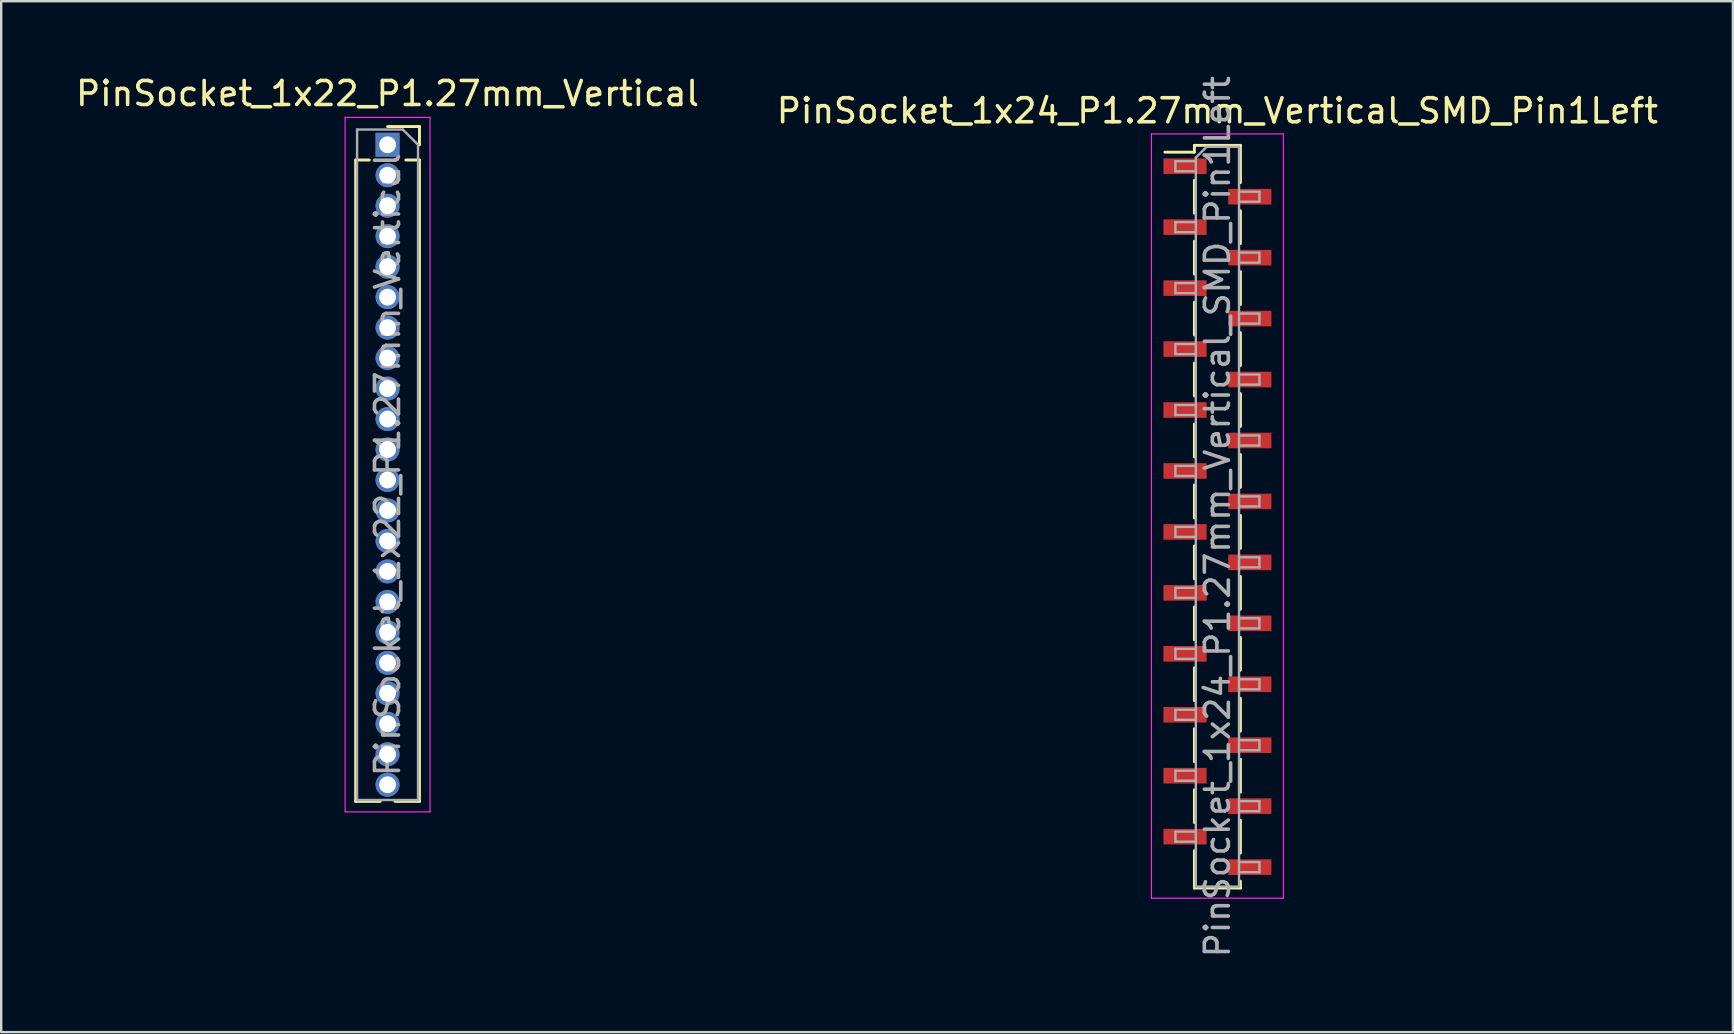
<source format=kicad_pcb>
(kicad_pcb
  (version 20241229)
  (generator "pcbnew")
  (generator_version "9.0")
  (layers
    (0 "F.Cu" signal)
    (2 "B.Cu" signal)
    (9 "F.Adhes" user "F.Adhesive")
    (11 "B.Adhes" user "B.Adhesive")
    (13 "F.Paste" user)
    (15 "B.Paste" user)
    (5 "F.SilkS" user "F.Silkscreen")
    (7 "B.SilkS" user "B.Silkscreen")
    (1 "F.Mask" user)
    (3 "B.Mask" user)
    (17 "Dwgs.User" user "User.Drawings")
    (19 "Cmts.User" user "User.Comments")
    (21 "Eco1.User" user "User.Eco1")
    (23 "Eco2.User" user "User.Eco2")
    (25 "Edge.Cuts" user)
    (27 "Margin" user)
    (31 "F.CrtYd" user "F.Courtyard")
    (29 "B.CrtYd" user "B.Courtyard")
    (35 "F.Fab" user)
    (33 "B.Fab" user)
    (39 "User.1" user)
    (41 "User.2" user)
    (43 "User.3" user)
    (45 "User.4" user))
  (footprint "PinSocket_1x22_P1.27mm_Vertical"
    (layer "F.Cu")
    (at 13.101 2.983)
    (property "Reference" "PinSocket_1x22_P1.27mm_Vertical" (at 0 -2.135 0) (layer "F.SilkS") (effects (font (size 1 1) (thickness 0.15))))
    (attr through_hole)
    (fp_line (start -1.33 0.635) (end -1.33 27.365) (stroke (width 0.12) (type solid)) (layer "F.SilkS"))
    (fp_line (start -1.33 0.635) (end -0.76 0.635) (stroke (width 0.12) (type solid)) (layer "F.SilkS"))
    (fp_line (start -1.33 27.365) (end -0.308 27.365) (stroke (width 0.12) (type solid)) (layer "F.SilkS"))
    (fp_line (start 0 -0.76) (end 1.33 -0.76) (stroke (width 0.12) (type solid)) (layer "F.SilkS"))
    (fp_line (start 0.308 27.365) (end 1.33 27.365) (stroke (width 0.12) (type solid)) (layer "F.SilkS"))
    (fp_line (start 0.76 0.635) (end 1.33 0.635) (stroke (width 0.12) (type solid)) (layer "F.SilkS"))
    (fp_line (start 1.33 -0.76) (end 1.33 0) (stroke (width 0.12) (type solid)) (layer "F.SilkS"))
    (fp_line (start 1.33 0.635) (end 1.33 27.365) (stroke (width 0.12) (type solid)) (layer "F.SilkS"))
    (fp_line (start -1.77 -1.14) (end 1.77 -1.14) (stroke (width 0.05) (type solid)) (layer "F.CrtYd"))
    (fp_line (start -1.77 27.8) (end -1.77 -1.14) (stroke (width 0.05) (type solid)) (layer "F.CrtYd"))
    (fp_line (start 1.77 -1.14) (end 1.77 27.8) (stroke (width 0.05) (type solid)) (layer "F.CrtYd"))
    (fp_line (start 1.77 27.8) (end -1.77 27.8) (stroke (width 0.05) (type solid)) (layer "F.CrtYd"))
    (fp_line (start -1.27 -0.635) (end 0.635 -0.635) (stroke (width 0.1) (type solid)) (layer "F.Fab"))
    (fp_line (start -1.27 27.305) (end -1.27 -0.635) (stroke (width 0.1) (type solid)) (layer "F.Fab"))
    (fp_line (start 0.635 -0.635) (end 1.27 0) (stroke (width 0.1) (type solid)) (layer "F.Fab"))
    (fp_line (start 1.27 0) (end 1.27 27.305) (stroke (width 0.1) (type solid)) (layer "F.Fab"))
    (fp_line (start 1.27 27.305) (end -1.27 27.305) (stroke (width 0.1) (type solid)) (layer "F.Fab"))
    (fp_text user "${REFERENCE}" (at 0 13.335 90) (layer "F.Fab") (effects (font (size 1 1) (thickness 0.15))))
    (pad "1" thru_hole rect (at 0 0) (size 1 1) (drill 0.7) (layers "*.Cu" "*.Mask"))
    (pad "2" thru_hole circle (at 0 1.27) (size 1 1) (drill 0.7) (layers "*.Cu" "*.Mask"))
    (pad "3" thru_hole circle (at 0 2.54) (size 1 1) (drill 0.7) (layers "*.Cu" "*.Mask"))
    (pad "4" thru_hole circle (at 0 3.81) (size 1 1) (drill 0.7) (layers "*.Cu" "*.Mask"))
    (pad "5" thru_hole circle (at 0 5.08) (size 1 1) (drill 0.7) (layers "*.Cu" "*.Mask"))
    (pad "6" thru_hole circle (at 0 6.35) (size 1 1) (drill 0.7) (layers "*.Cu" "*.Mask"))
    (pad "7" thru_hole circle (at 0 7.62) (size 1 1) (drill 0.7) (layers "*.Cu" "*.Mask"))
    (pad "8" thru_hole circle (at 0 8.89) (size 1 1) (drill 0.7) (layers "*.Cu" "*.Mask"))
    (pad "9" thru_hole circle (at 0 10.16) (size 1 1) (drill 0.7) (layers "*.Cu" "*.Mask"))
    (pad "10" thru_hole circle (at 0 11.43) (size 1 1) (drill 0.7) (layers "*.Cu" "*.Mask"))
    (pad "11" thru_hole circle (at 0 12.7) (size 1 1) (drill 0.7) (layers "*.Cu" "*.Mask"))
    (pad "12" thru_hole circle (at 0 13.97) (size 1 1) (drill 0.7) (layers "*.Cu" "*.Mask"))
    (pad "13" thru_hole circle (at 0 15.24) (size 1 1) (drill 0.7) (layers "*.Cu" "*.Mask"))
    (pad "14" thru_hole circle (at 0 16.51) (size 1 1) (drill 0.7) (layers "*.Cu" "*.Mask"))
    (pad "15" thru_hole circle (at 0 17.78) (size 1 1) (drill 0.7) (layers "*.Cu" "*.Mask"))
    (pad "16" thru_hole circle (at 0 19.05) (size 1 1) (drill 0.7) (layers "*.Cu" "*.Mask"))
    (pad "17" thru_hole circle (at 0 20.32) (size 1 1) (drill 0.7) (layers "*.Cu" "*.Mask"))
    (pad "18" thru_hole circle (at 0 21.59) (size 1 1) (drill 0.7) (layers "*.Cu" "*.Mask"))
    (pad "19" thru_hole circle (at 0 22.86) (size 1 1) (drill 0.7) (layers "*.Cu" "*.Mask"))
    (pad "20" thru_hole circle (at 0 24.13) (size 1 1) (drill 0.7) (layers "*.Cu" "*.Mask"))
    (pad "21" thru_hole circle (at 0 25.4) (size 1 1) (drill 0.7) (layers "*.Cu" "*.Mask"))
    (pad "22" thru_hole circle (at 0 26.67) (size 1 1) (drill 0.7) (layers "*.Cu" "*.Mask")))
  (footprint "PinSocket_1x24_P1.27mm_Vertical_SMD_Pin1Left"
    (layer "F.Cu")
    (at 47.685 18.482)
    (property "Reference" "PinSocket_1x24_P1.27mm_Vertical_SMD_Pin1Left" (at 0 -16.915 0) (layer "F.SilkS") (effects (font (size 1 1) (thickness 0.15))))
    (attr smd)
    (fp_line (start -2.19 -15.19) (end -0.96 -15.19) (stroke (width 0.12) (type solid)) (layer "F.SilkS"))
    (fp_line (start -0.96 -15.475) (end -0.96 -15.19) (stroke (width 0.12) (type solid)) (layer "F.SilkS"))
    (fp_line (start -0.96 -15.475) (end 0.96 -15.475) (stroke (width 0.12) (type solid)) (layer "F.SilkS"))
    (fp_line (start -0.96 -14.02) (end -0.96 -12.65) (stroke (width 0.12) (type solid)) (layer "F.SilkS"))
    (fp_line (start -0.96 -11.48) (end -0.96 -10.11) (stroke (width 0.12) (type solid)) (layer "F.SilkS"))
    (fp_line (start -0.96 -8.94) (end -0.96 -7.57) (stroke (width 0.12) (type solid)) (layer "F.SilkS"))
    (fp_line (start -0.96 -6.4) (end -0.96 -5.03) (stroke (width 0.12) (type solid)) (layer "F.SilkS"))
    (fp_line (start -0.96 -3.86) (end -0.96 -2.49) (stroke (width 0.12) (type solid)) (layer "F.SilkS"))
    (fp_line (start -0.96 -1.32) (end -0.96 0.05) (stroke (width 0.12) (type solid)) (layer "F.SilkS"))
    (fp_line (start -0.96 1.22) (end -0.96 2.59) (stroke (width 0.12) (type solid)) (layer "F.SilkS"))
    (fp_line (start -0.96 3.76) (end -0.96 5.13) (stroke (width 0.12) (type solid)) (layer "F.SilkS"))
    (fp_line (start -0.96 6.3) (end -0.96 7.67) (stroke (width 0.12) (type solid)) (layer "F.SilkS"))
    (fp_line (start -0.96 8.84) (end -0.96 10.21) (stroke (width 0.12) (type solid)) (layer "F.SilkS"))
    (fp_line (start -0.96 11.38) (end -0.96 12.75) (stroke (width 0.12) (type solid)) (layer "F.SilkS"))
    (fp_line (start -0.96 13.92) (end -0.96 15.475) (stroke (width 0.12) (type solid)) (layer "F.SilkS"))
    (fp_line (start -0.96 15.475) (end 0.96 15.475) (stroke (width 0.12) (type solid)) (layer "F.SilkS"))
    (fp_line (start 0.96 -15.475) (end 0.96 -13.92) (stroke (width 0.12) (type solid)) (layer "F.SilkS"))
    (fp_line (start 0.96 -12.75) (end 0.96 -11.38) (stroke (width 0.12) (type solid)) (layer "F.SilkS"))
    (fp_line (start 0.96 -10.21) (end 0.96 -8.84) (stroke (width 0.12) (type solid)) (layer "F.SilkS"))
    (fp_line (start 0.96 -7.67) (end 0.96 -6.3) (stroke (width 0.12) (type solid)) (layer "F.SilkS"))
    (fp_line (start 0.96 -5.13) (end 0.96 -3.76) (stroke (width 0.12) (type solid)) (layer "F.SilkS"))
    (fp_line (start 0.96 -2.59) (end 0.96 -1.22) (stroke (width 0.12) (type solid)) (layer "F.SilkS"))
    (fp_line (start 0.96 -0.05) (end 0.96 1.32) (stroke (width 0.12) (type solid)) (layer "F.SilkS"))
    (fp_line (start 0.96 2.49) (end 0.96 3.86) (stroke (width 0.12) (type solid)) (layer "F.SilkS"))
    (fp_line (start 0.96 5.03) (end 0.96 6.4) (stroke (width 0.12) (type solid)) (layer "F.SilkS"))
    (fp_line (start 0.96 7.57) (end 0.96 8.94) (stroke (width 0.12) (type solid)) (layer "F.SilkS"))
    (fp_line (start 0.96 10.11) (end 0.96 11.48) (stroke (width 0.12) (type solid)) (layer "F.SilkS"))
    (fp_line (start 0.96 12.65) (end 0.96 14.02) (stroke (width 0.12) (type solid)) (layer "F.SilkS"))
    (fp_line (start 0.96 15.19) (end 0.96 15.475) (stroke (width 0.12) (type solid)) (layer "F.SilkS"))
    (fp_line (start -2.75 -15.95) (end 2.75 -15.95) (stroke (width 0.05) (type solid)) (layer "F.CrtYd"))
    (fp_line (start -2.75 15.9) (end -2.75 -15.95) (stroke (width 0.05) (type solid)) (layer "F.CrtYd"))
    (fp_line (start 2.75 -15.95) (end 2.75 15.9) (stroke (width 0.05) (type solid)) (layer "F.CrtYd"))
    (fp_line (start 2.75 15.9) (end -2.75 15.9) (stroke (width 0.05) (type solid)) (layer "F.CrtYd"))
    (fp_line (start -1.75 -14.815) (end -0.9 -14.815) (stroke (width 0.1) (type solid)) (layer "F.Fab"))
    (fp_line (start -1.75 -14.395) (end -1.75 -14.815) (stroke (width 0.1) (type solid)) (layer "F.Fab"))
    (fp_line (start -1.75 -12.275) (end -0.9 -12.275) (stroke (width 0.1) (type solid)) (layer "F.Fab"))
    (fp_line (start -1.75 -11.855) (end -1.75 -12.275) (stroke (width 0.1) (type solid)) (layer "F.Fab"))
    (fp_line (start -1.75 -9.735) (end -0.9 -9.735) (stroke (width 0.1) (type solid)) (layer "F.Fab"))
    (fp_line (start -1.75 -9.315) (end -1.75 -9.735) (stroke (width 0.1) (type solid)) (layer "F.Fab"))
    (fp_line (start -1.75 -7.195) (end -0.9 -7.195) (stroke (width 0.1) (type solid)) (layer "F.Fab"))
    (fp_line (start -1.75 -6.775) (end -1.75 -7.195) (stroke (width 0.1) (type solid)) (layer "F.Fab"))
    (fp_line (start -1.75 -4.655) (end -0.9 -4.655) (stroke (width 0.1) (type solid)) (layer "F.Fab"))
    (fp_line (start -1.75 -4.235) (end -1.75 -4.655) (stroke (width 0.1) (type solid)) (layer "F.Fab"))
    (fp_line (start -1.75 -2.115) (end -0.9 -2.115) (stroke (width 0.1) (type solid)) (layer "F.Fab"))
    (fp_line (start -1.75 -1.695) (end -1.75 -2.115) (stroke (width 0.1) (type solid)) (layer "F.Fab"))
    (fp_line (start -1.75 0.425) (end -0.9 0.425) (stroke (width 0.1) (type solid)) (layer "F.Fab"))
    (fp_line (start -1.75 0.845) (end -1.75 0.425) (stroke (width 0.1) (type solid)) (layer "F.Fab"))
    (fp_line (start -1.75 2.965) (end -0.9 2.965) (stroke (width 0.1) (type solid)) (layer "F.Fab"))
    (fp_line (start -1.75 3.385) (end -1.75 2.965) (stroke (width 0.1) (type solid)) (layer "F.Fab"))
    (fp_line (start -1.75 5.505) (end -0.9 5.505) (stroke (width 0.1) (type solid)) (layer "F.Fab"))
    (fp_line (start -1.75 5.925) (end -1.75 5.505) (stroke (width 0.1) (type solid)) (layer "F.Fab"))
    (fp_line (start -1.75 8.045) (end -0.9 8.045) (stroke (width 0.1) (type solid)) (layer "F.Fab"))
    (fp_line (start -1.75 8.465) (end -1.75 8.045) (stroke (width 0.1) (type solid)) (layer "F.Fab"))
    (fp_line (start -1.75 10.585) (end -0.9 10.585) (stroke (width 0.1) (type solid)) (layer "F.Fab"))
    (fp_line (start -1.75 11.005) (end -1.75 10.585) (stroke (width 0.1) (type solid)) (layer "F.Fab"))
    (fp_line (start -1.75 13.125) (end -0.9 13.125) (stroke (width 0.1) (type solid)) (layer "F.Fab"))
    (fp_line (start -1.75 13.545) (end -1.75 13.125) (stroke (width 0.1) (type solid)) (layer "F.Fab"))
    (fp_line (start -0.9 -14.965) (end -0.45 -15.415) (stroke (width 0.1) (type solid)) (layer "F.Fab"))
    (fp_line (start -0.9 -14.395) (end -1.75 -14.395) (stroke (width 0.1) (type solid)) (layer "F.Fab"))
    (fp_line (start -0.9 -11.855) (end -1.75 -11.855) (stroke (width 0.1) (type solid)) (layer "F.Fab"))
    (fp_line (start -0.9 -9.315) (end -1.75 -9.315) (stroke (width 0.1) (type solid)) (layer "F.Fab"))
    (fp_line (start -0.9 -6.775) (end -1.75 -6.775) (stroke (width 0.1) (type solid)) (layer "F.Fab"))
    (fp_line (start -0.9 -4.235) (end -1.75 -4.235) (stroke (width 0.1) (type solid)) (layer "F.Fab"))
    (fp_line (start -0.9 -1.695) (end -1.75 -1.695) (stroke (width 0.1) (type solid)) (layer "F.Fab"))
    (fp_line (start -0.9 0.845) (end -1.75 0.845) (stroke (width 0.1) (type solid)) (layer "F.Fab"))
    (fp_line (start -0.9 3.385) (end -1.75 3.385) (stroke (width 0.1) (type solid)) (layer "F.Fab"))
    (fp_line (start -0.9 5.925) (end -1.75 5.925) (stroke (width 0.1) (type solid)) (layer "F.Fab"))
    (fp_line (start -0.9 8.465) (end -1.75 8.465) (stroke (width 0.1) (type solid)) (layer "F.Fab"))
    (fp_line (start -0.9 11.005) (end -1.75 11.005) (stroke (width 0.1) (type solid)) (layer "F.Fab"))
    (fp_line (start -0.9 13.545) (end -1.75 13.545) (stroke (width 0.1) (type solid)) (layer "F.Fab"))
    (fp_line (start -0.9 15.415) (end -0.9 -14.965) (stroke (width 0.1) (type solid)) (layer "F.Fab"))
    (fp_line (start -0.45 -15.415) (end 0.9 -15.415) (stroke (width 0.1) (type solid)) (layer "F.Fab"))
    (fp_line (start 0.9 -15.415) (end 0.9 15.415) (stroke (width 0.1) (type solid)) (layer "F.Fab"))
    (fp_line (start 0.9 -13.545) (end 1.75 -13.545) (stroke (width 0.1) (type solid)) (layer "F.Fab"))
    (fp_line (start 0.9 -11.005) (end 1.75 -11.005) (stroke (width 0.1) (type solid)) (layer "F.Fab"))
    (fp_line (start 0.9 -8.465) (end 1.75 -8.465) (stroke (width 0.1) (type solid)) (layer "F.Fab"))
    (fp_line (start 0.9 -5.925) (end 1.75 -5.925) (stroke (width 0.1) (type solid)) (layer "F.Fab"))
    (fp_line (start 0.9 -3.385) (end 1.75 -3.385) (stroke (width 0.1) (type solid)) (layer "F.Fab"))
    (fp_line (start 0.9 -0.845) (end 1.75 -0.845) (stroke (width 0.1) (type solid)) (layer "F.Fab"))
    (fp_line (start 0.9 1.695) (end 1.75 1.695) (stroke (width 0.1) (type solid)) (layer "F.Fab"))
    (fp_line (start 0.9 4.235) (end 1.75 4.235) (stroke (width 0.1) (type solid)) (layer "F.Fab"))
    (fp_line (start 0.9 6.775) (end 1.75 6.775) (stroke (width 0.1) (type solid)) (layer "F.Fab"))
    (fp_line (start 0.9 9.315) (end 1.75 9.315) (stroke (width 0.1) (type solid)) (layer "F.Fab"))
    (fp_line (start 0.9 11.855) (end 1.75 11.855) (stroke (width 0.1) (type solid)) (layer "F.Fab"))
    (fp_line (start 0.9 14.395) (end 1.75 14.395) (stroke (width 0.1) (type solid)) (layer "F.Fab"))
    (fp_line (start 0.9 15.415) (end -0.9 15.415) (stroke (width 0.1) (type solid)) (layer "F.Fab"))
    (fp_line (start 1.75 -13.545) (end 1.75 -13.125) (stroke (width 0.1) (type solid)) (layer "F.Fab"))
    (fp_line (start 1.75 -13.125) (end 0.9 -13.125) (stroke (width 0.1) (type solid)) (layer "F.Fab"))
    (fp_line (start 1.75 -11.005) (end 1.75 -10.585) (stroke (width 0.1) (type solid)) (layer "F.Fab"))
    (fp_line (start 1.75 -10.585) (end 0.9 -10.585) (stroke (width 0.1) (type solid)) (layer "F.Fab"))
    (fp_line (start 1.75 -8.465) (end 1.75 -8.045) (stroke (width 0.1) (type solid)) (layer "F.Fab"))
    (fp_line (start 1.75 -8.045) (end 0.9 -8.045) (stroke (width 0.1) (type solid)) (layer "F.Fab"))
    (fp_line (start 1.75 -5.925) (end 1.75 -5.505) (stroke (width 0.1) (type solid)) (layer "F.Fab"))
    (fp_line (start 1.75 -5.505) (end 0.9 -5.505) (stroke (width 0.1) (type solid)) (layer "F.Fab"))
    (fp_line (start 1.75 -3.385) (end 1.75 -2.965) (stroke (width 0.1) (type solid)) (layer "F.Fab"))
    (fp_line (start 1.75 -2.965) (end 0.9 -2.965) (stroke (width 0.1) (type solid)) (layer "F.Fab"))
    (fp_line (start 1.75 -0.845) (end 1.75 -0.425) (stroke (width 0.1) (type solid)) (layer "F.Fab"))
    (fp_line (start 1.75 -0.425) (end 0.9 -0.425) (stroke (width 0.1) (type solid)) (layer "F.Fab"))
    (fp_line (start 1.75 1.695) (end 1.75 2.115) (stroke (width 0.1) (type solid)) (layer "F.Fab"))
    (fp_line (start 1.75 2.115) (end 0.9 2.115) (stroke (width 0.1) (type solid)) (layer "F.Fab"))
    (fp_line (start 1.75 4.235) (end 1.75 4.655) (stroke (width 0.1) (type solid)) (layer "F.Fab"))
    (fp_line (start 1.75 4.655) (end 0.9 4.655) (stroke (width 0.1) (type solid)) (layer "F.Fab"))
    (fp_line (start 1.75 6.775) (end 1.75 7.195) (stroke (width 0.1) (type solid)) (layer "F.Fab"))
    (fp_line (start 1.75 7.195) (end 0.9 7.195) (stroke (width 0.1) (type solid)) (layer "F.Fab"))
    (fp_line (start 1.75 9.315) (end 1.75 9.735) (stroke (width 0.1) (type solid)) (layer "F.Fab"))
    (fp_line (start 1.75 9.735) (end 0.9 9.735) (stroke (width 0.1) (type solid)) (layer "F.Fab"))
    (fp_line (start 1.75 11.855) (end 1.75 12.275) (stroke (width 0.1) (type solid)) (layer "F.Fab"))
    (fp_line (start 1.75 12.275) (end 0.9 12.275) (stroke (width 0.1) (type solid)) (layer "F.Fab"))
    (fp_line (start 1.75 14.395) (end 1.75 14.815) (stroke (width 0.1) (type solid)) (layer "F.Fab"))
    (fp_line (start 1.75 14.815) (end 0.9 14.815) (stroke (width 0.1) (type solid)) (layer "F.Fab"))
    (fp_text user "${REFERENCE}" (at 0 0 90) (layer "F.Fab") (effects (font (size 1 1) (thickness 0.15))))
    (pad "1" smd rect (at -1.35 -14.605) (size 1.8 0.65) (layers "F.Cu" "F.Mask" "F.Paste"))
    (pad "2" smd rect (at 1.35 -13.335) (size 1.8 0.65) (layers "F.Cu" "F.Mask" "F.Paste"))
    (pad "3" smd rect (at -1.35 -12.065) (size 1.8 0.65) (layers "F.Cu" "F.Mask" "F.Paste"))
    (pad "4" smd rect (at 1.35 -10.795) (size 1.8 0.65) (layers "F.Cu" "F.Mask" "F.Paste"))
    (pad "5" smd rect (at -1.35 -9.525) (size 1.8 0.65) (layers "F.Cu" "F.Mask" "F.Paste"))
    (pad "6" smd rect (at 1.35 -8.255) (size 1.8 0.65) (layers "F.Cu" "F.Mask" "F.Paste"))
    (pad "7" smd rect (at -1.35 -6.985) (size 1.8 0.65) (layers "F.Cu" "F.Mask" "F.Paste"))
    (pad "8" smd rect (at 1.35 -5.715) (size 1.8 0.65) (layers "F.Cu" "F.Mask" "F.Paste"))
    (pad "9" smd rect (at -1.35 -4.445) (size 1.8 0.65) (layers "F.Cu" "F.Mask" "F.Paste"))
    (pad "10" smd rect (at 1.35 -3.175) (size 1.8 0.65) (layers "F.Cu" "F.Mask" "F.Paste"))
    (pad "11" smd rect (at -1.35 -1.905) (size 1.8 0.65) (layers "F.Cu" "F.Mask" "F.Paste"))
    (pad "12" smd rect (at 1.35 -0.635) (size 1.8 0.65) (layers "F.Cu" "F.Mask" "F.Paste"))
    (pad "13" smd rect (at -1.35 0.635) (size 1.8 0.65) (layers "F.Cu" "F.Mask" "F.Paste"))
    (pad "14" smd rect (at 1.35 1.905) (size 1.8 0.65) (layers "F.Cu" "F.Mask" "F.Paste"))
    (pad "15" smd rect (at -1.35 3.175) (size 1.8 0.65) (layers "F.Cu" "F.Mask" "F.Paste"))
    (pad "16" smd rect (at 1.35 4.445) (size 1.8 0.65) (layers "F.Cu" "F.Mask" "F.Paste"))
    (pad "17" smd rect (at -1.35 5.715) (size 1.8 0.65) (layers "F.Cu" "F.Mask" "F.Paste"))
    (pad "18" smd rect (at 1.35 6.985) (size 1.8 0.65) (layers "F.Cu" "F.Mask" "F.Paste"))
    (pad "19" smd rect (at -1.35 8.255) (size 1.8 0.65) (layers "F.Cu" "F.Mask" "F.Paste"))
    (pad "20" smd rect (at 1.35 9.525) (size 1.8 0.65) (layers "F.Cu" "F.Mask" "F.Paste"))
    (pad "21" smd rect (at -1.35 10.795) (size 1.8 0.65) (layers "F.Cu" "F.Mask" "F.Paste"))
    (pad "22" smd rect (at 1.35 12.065) (size 1.8 0.65) (layers "F.Cu" "F.Mask" "F.Paste"))
    (pad "23" smd rect (at -1.35 13.335) (size 1.8 0.65) (layers "F.Cu" "F.Mask" "F.Paste"))
    (pad "24" smd rect (at 1.35 14.605) (size 1.8 0.65) (layers "F.Cu" "F.Mask" "F.Paste")))
  (gr_rect
    (start -3 -3)
    (end 69.167 39.964)
    (stroke (width 0.1) (type default))
    (fill no)
    (layer "Edge.Cuts")))
</source>
